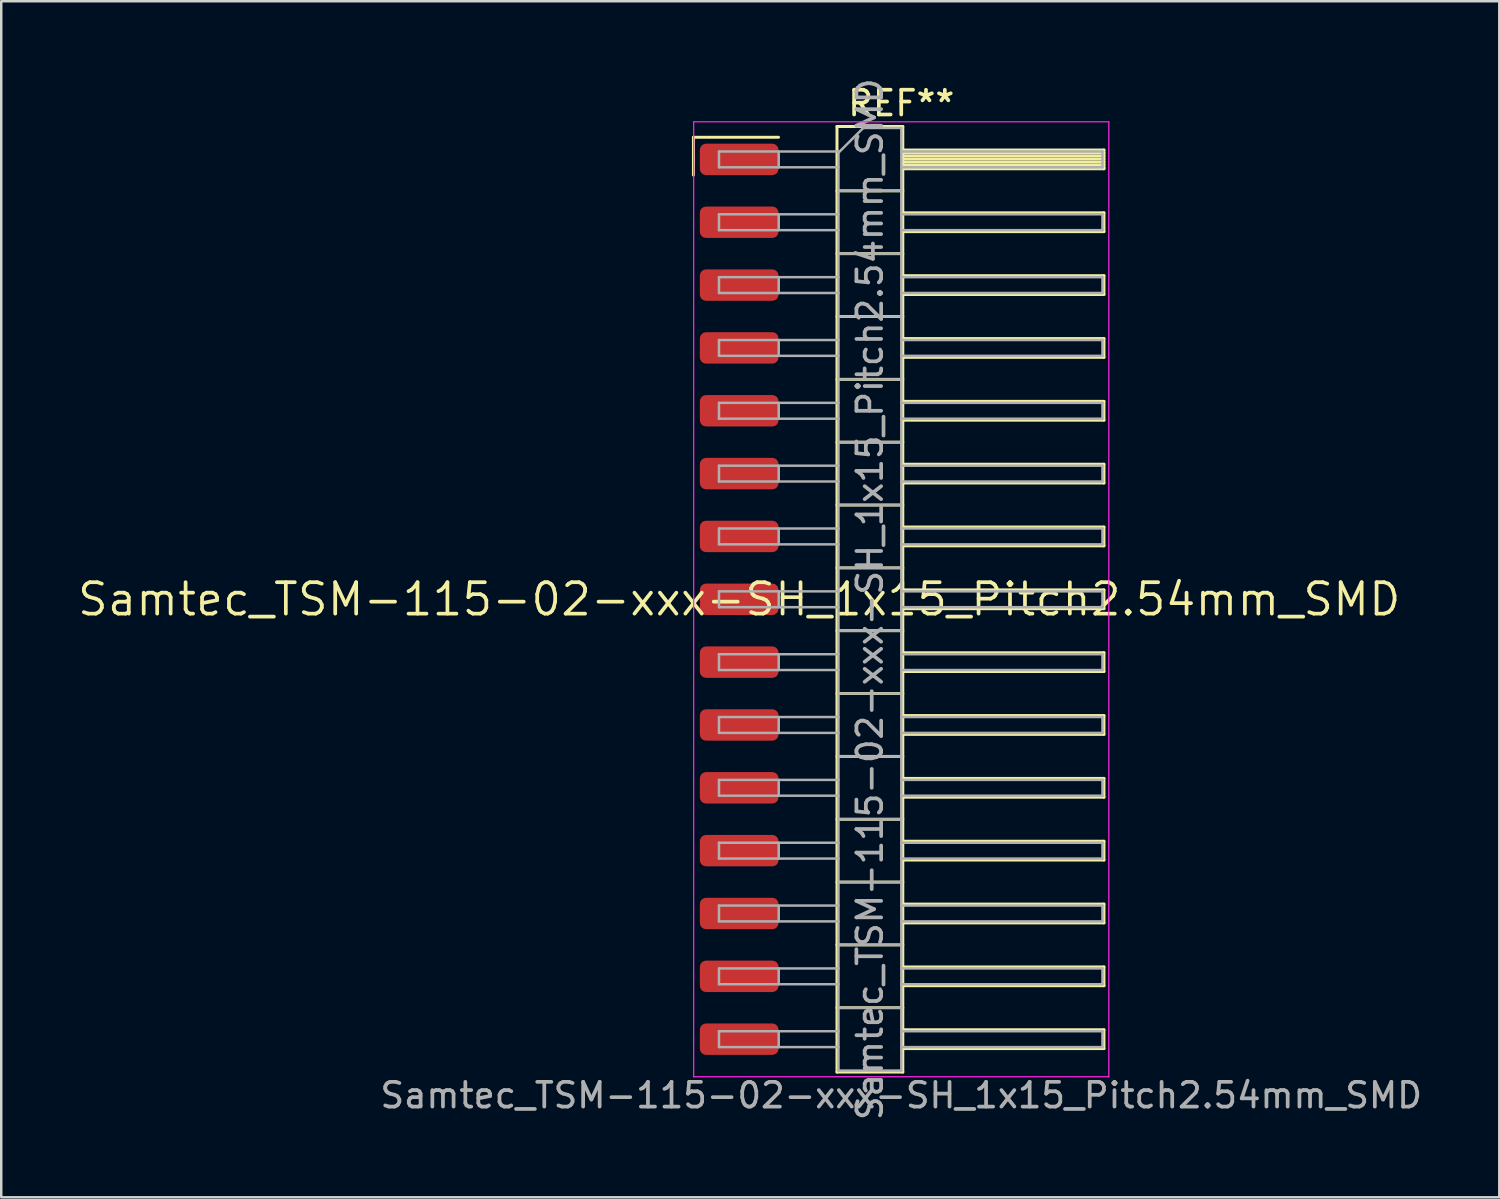
<source format=kicad_pcb>
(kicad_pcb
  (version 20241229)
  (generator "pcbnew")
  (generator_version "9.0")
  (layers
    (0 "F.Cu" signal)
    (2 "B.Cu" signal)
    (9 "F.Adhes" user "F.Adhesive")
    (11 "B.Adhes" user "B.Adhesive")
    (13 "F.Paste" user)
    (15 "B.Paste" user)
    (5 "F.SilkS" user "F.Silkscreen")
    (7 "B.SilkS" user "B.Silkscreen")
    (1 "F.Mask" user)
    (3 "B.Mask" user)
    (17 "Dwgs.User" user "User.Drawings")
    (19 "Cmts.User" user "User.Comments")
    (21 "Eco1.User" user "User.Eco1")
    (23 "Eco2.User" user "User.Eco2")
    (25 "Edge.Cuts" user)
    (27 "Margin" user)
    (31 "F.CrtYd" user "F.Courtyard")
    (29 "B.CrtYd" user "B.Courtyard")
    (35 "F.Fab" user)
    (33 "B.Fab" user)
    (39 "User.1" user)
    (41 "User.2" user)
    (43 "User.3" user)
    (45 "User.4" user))
  (footprint "Samtec_TSM-115-02-xxx-SH_1x15_Pitch2.54mm_SMD"
    (layer "F.Cu")
    (at 26.828 21.173)
    (property "Reference" "Samtec_TSM-115-02-xxx-SH_1x15_Pitch2.54mm_SMD" (at 0 0 0) (layer "F.SilkS") (effects (font (size 1.27 1.27) (thickness 0.15))))
    (attr smd)
    (fp_line (start -1.85 -18.675) (end 1.59 -18.675) (stroke (width 0.12) (type solid)) (layer "F.SilkS"))
    (fp_line (start -1.85 -17.145) (end -1.85 -18.675) (stroke (width 0.12) (type solid)) (layer "F.SilkS"))
    (fp_line (start 3.953 -19.11) (end 6.613 -19.11) (stroke (width 0.12) (type solid)) (layer "F.SilkS"))
    (fp_line (start 3.953 -16.51) (end 6.613 -16.51) (stroke (width 0.12) (type solid)) (layer "F.SilkS"))
    (fp_line (start 3.953 -13.97) (end 6.613 -13.97) (stroke (width 0.12) (type solid)) (layer "F.SilkS"))
    (fp_line (start 3.953 -11.43) (end 6.613 -11.43) (stroke (width 0.12) (type solid)) (layer "F.SilkS"))
    (fp_line (start 3.953 -8.89) (end 6.613 -8.89) (stroke (width 0.12) (type solid)) (layer "F.SilkS"))
    (fp_line (start 3.953 -6.35) (end 6.613 -6.35) (stroke (width 0.12) (type solid)) (layer "F.SilkS"))
    (fp_line (start 3.953 -3.81) (end 6.613 -3.81) (stroke (width 0.12) (type solid)) (layer "F.SilkS"))
    (fp_line (start 3.953 -1.27) (end 6.613 -1.27) (stroke (width 0.12) (type solid)) (layer "F.SilkS"))
    (fp_line (start 3.953 1.27) (end 6.613 1.27) (stroke (width 0.12) (type solid)) (layer "F.SilkS"))
    (fp_line (start 3.953 3.81) (end 6.613 3.81) (stroke (width 0.12) (type solid)) (layer "F.SilkS"))
    (fp_line (start 3.953 6.35) (end 6.613 6.35) (stroke (width 0.12) (type solid)) (layer "F.SilkS"))
    (fp_line (start 3.953 8.89) (end 6.613 8.89) (stroke (width 0.12) (type solid)) (layer "F.SilkS"))
    (fp_line (start 3.953 11.43) (end 6.613 11.43) (stroke (width 0.12) (type solid)) (layer "F.SilkS"))
    (fp_line (start 3.953 13.97) (end 6.613 13.97) (stroke (width 0.12) (type solid)) (layer "F.SilkS"))
    (fp_line (start 3.953 16.51) (end 6.613 16.51) (stroke (width 0.12) (type solid)) (layer "F.SilkS"))
    (fp_line (start 3.953 19.11) (end 3.953 -19.11) (stroke (width 0.12) (type solid)) (layer "F.SilkS"))
    (fp_line (start 6.613 -19.11) (end 6.613 19.11) (stroke (width 0.12) (type solid)) (layer "F.SilkS"))
    (fp_line (start 6.613 -18.16) (end 14.743 -18.16) (stroke (width 0.12) (type solid)) (layer "F.SilkS"))
    (fp_line (start 6.613 -18.04) (end 14.743 -18.04) (stroke (width 0.12) (type solid)) (layer "F.SilkS"))
    (fp_line (start 6.613 -17.92) (end 14.743 -17.92) (stroke (width 0.12) (type solid)) (layer "F.SilkS"))
    (fp_line (start 6.613 -17.8) (end 14.743 -17.8) (stroke (width 0.12) (type solid)) (layer "F.SilkS"))
    (fp_line (start 6.613 -17.68) (end 14.743 -17.68) (stroke (width 0.12) (type solid)) (layer "F.SilkS"))
    (fp_line (start 6.613 -17.56) (end 14.743 -17.56) (stroke (width 0.12) (type solid)) (layer "F.SilkS"))
    (fp_line (start 6.613 -17.44) (end 14.743 -17.44) (stroke (width 0.12) (type solid)) (layer "F.SilkS"))
    (fp_line (start 6.613 -17.4) (end 14.743 -17.4) (stroke (width 0.12) (type solid)) (layer "F.SilkS"))
    (fp_line (start 6.613 -15.62) (end 14.743 -15.62) (stroke (width 0.12) (type solid)) (layer "F.SilkS"))
    (fp_line (start 6.613 -14.86) (end 14.743 -14.86) (stroke (width 0.12) (type solid)) (layer "F.SilkS"))
    (fp_line (start 6.613 -13.08) (end 14.743 -13.08) (stroke (width 0.12) (type solid)) (layer "F.SilkS"))
    (fp_line (start 6.613 -12.32) (end 14.743 -12.32) (stroke (width 0.12) (type solid)) (layer "F.SilkS"))
    (fp_line (start 6.613 -10.54) (end 14.743 -10.54) (stroke (width 0.12) (type solid)) (layer "F.SilkS"))
    (fp_line (start 6.613 -9.78) (end 14.743 -9.78) (stroke (width 0.12) (type solid)) (layer "F.SilkS"))
    (fp_line (start 6.613 -8) (end 14.743 -8) (stroke (width 0.12) (type solid)) (layer "F.SilkS"))
    (fp_line (start 6.613 -7.24) (end 14.743 -7.24) (stroke (width 0.12) (type solid)) (layer "F.SilkS"))
    (fp_line (start 6.613 -5.46) (end 14.743 -5.46) (stroke (width 0.12) (type solid)) (layer "F.SilkS"))
    (fp_line (start 6.613 -4.7) (end 14.743 -4.7) (stroke (width 0.12) (type solid)) (layer "F.SilkS"))
    (fp_line (start 6.613 -2.92) (end 14.743 -2.92) (stroke (width 0.12) (type solid)) (layer "F.SilkS"))
    (fp_line (start 6.613 -2.16) (end 14.743 -2.16) (stroke (width 0.12) (type solid)) (layer "F.SilkS"))
    (fp_line (start 6.613 -0.38) (end 14.743 -0.38) (stroke (width 0.12) (type solid)) (layer "F.SilkS"))
    (fp_line (start 6.613 0.38) (end 14.743 0.38) (stroke (width 0.12) (type solid)) (layer "F.SilkS"))
    (fp_line (start 6.613 2.16) (end 14.743 2.16) (stroke (width 0.12) (type solid)) (layer "F.SilkS"))
    (fp_line (start 6.613 2.92) (end 14.743 2.92) (stroke (width 0.12) (type solid)) (layer "F.SilkS"))
    (fp_line (start 6.613 4.7) (end 14.743 4.7) (stroke (width 0.12) (type solid)) (layer "F.SilkS"))
    (fp_line (start 6.613 5.46) (end 14.743 5.46) (stroke (width 0.12) (type solid)) (layer "F.SilkS"))
    (fp_line (start 6.613 7.24) (end 14.743 7.24) (stroke (width 0.12) (type solid)) (layer "F.SilkS"))
    (fp_line (start 6.613 8) (end 14.743 8) (stroke (width 0.12) (type solid)) (layer "F.SilkS"))
    (fp_line (start 6.613 9.78) (end 14.743 9.78) (stroke (width 0.12) (type solid)) (layer "F.SilkS"))
    (fp_line (start 6.613 10.54) (end 14.743 10.54) (stroke (width 0.12) (type solid)) (layer "F.SilkS"))
    (fp_line (start 6.613 12.32) (end 14.743 12.32) (stroke (width 0.12) (type solid)) (layer "F.SilkS"))
    (fp_line (start 6.613 13.08) (end 14.743 13.08) (stroke (width 0.12) (type solid)) (layer "F.SilkS"))
    (fp_line (start 6.613 14.86) (end 14.743 14.86) (stroke (width 0.12) (type solid)) (layer "F.SilkS"))
    (fp_line (start 6.613 15.62) (end 14.743 15.62) (stroke (width 0.12) (type solid)) (layer "F.SilkS"))
    (fp_line (start 6.613 17.4) (end 14.743 17.4) (stroke (width 0.12) (type solid)) (layer "F.SilkS"))
    (fp_line (start 6.613 18.16) (end 14.743 18.16) (stroke (width 0.12) (type solid)) (layer "F.SilkS"))
    (fp_line (start 6.613 19.11) (end 3.953 19.11) (stroke (width 0.12) (type solid)) (layer "F.SilkS"))
    (fp_line (start 14.743 -18.16) (end 14.743 -17.4) (stroke (width 0.12) (type solid)) (layer "F.SilkS"))
    (fp_line (start 14.743 -15.62) (end 14.743 -14.86) (stroke (width 0.12) (type solid)) (layer "F.SilkS"))
    (fp_line (start 14.743 -13.08) (end 14.743 -12.32) (stroke (width 0.12) (type solid)) (layer "F.SilkS"))
    (fp_line (start 14.743 -10.54) (end 14.743 -9.78) (stroke (width 0.12) (type solid)) (layer "F.SilkS"))
    (fp_line (start 14.743 -8) (end 14.743 -7.24) (stroke (width 0.12) (type solid)) (layer "F.SilkS"))
    (fp_line (start 14.743 -5.46) (end 14.743 -4.7) (stroke (width 0.12) (type solid)) (layer "F.SilkS"))
    (fp_line (start 14.743 -2.92) (end 14.743 -2.16) (stroke (width 0.12) (type solid)) (layer "F.SilkS"))
    (fp_line (start 14.743 -0.38) (end 14.743 0.38) (stroke (width 0.12) (type solid)) (layer "F.SilkS"))
    (fp_line (start 14.743 2.16) (end 14.743 2.92) (stroke (width 0.12) (type solid)) (layer "F.SilkS"))
    (fp_line (start 14.743 4.7) (end 14.743 5.46) (stroke (width 0.12) (type solid)) (layer "F.SilkS"))
    (fp_line (start 14.743 7.24) (end 14.743 8) (stroke (width 0.12) (type solid)) (layer "F.SilkS"))
    (fp_line (start 14.743 9.78) (end 14.743 10.54) (stroke (width 0.12) (type solid)) (layer "F.SilkS"))
    (fp_line (start 14.743 12.32) (end 14.743 13.08) (stroke (width 0.12) (type solid)) (layer "F.SilkS"))
    (fp_line (start 14.743 14.86) (end 14.743 15.62) (stroke (width 0.12) (type solid)) (layer "F.SilkS"))
    (fp_line (start 14.743 17.4) (end 14.743 18.16) (stroke (width 0.12) (type solid)) (layer "F.SilkS"))
    (fp_line (start -1.84 -19.3) (end 14.94 -19.3) (stroke (width 0.05) (type solid)) (layer "F.CrtYd"))
    (fp_line (start -1.84 19.3) (end -1.84 -19.3) (stroke (width 0.05) (type solid)) (layer "F.CrtYd"))
    (fp_line (start 14.94 -19.3) (end 14.94 19.3) (stroke (width 0.05) (type solid)) (layer "F.CrtYd"))
    (fp_line (start 14.94 19.3) (end -1.84 19.3) (stroke (width 0.05) (type solid)) (layer "F.CrtYd"))
    (fp_line (start -0.817 -18.1) (end -0.817 -17.46) (stroke (width 0.1) (type solid)) (layer "F.Fab"))
    (fp_line (start -0.817 -18.1) (end 4.013 -18.1) (stroke (width 0.1) (type solid)) (layer "F.Fab"))
    (fp_line (start -0.817 -17.46) (end 4.013 -17.46) (stroke (width 0.1) (type solid)) (layer "F.Fab"))
    (fp_line (start -0.817 -15.56) (end -0.817 -14.92) (stroke (width 0.1) (type solid)) (layer "F.Fab"))
    (fp_line (start -0.817 -15.56) (end 4.013 -15.56) (stroke (width 0.1) (type solid)) (layer "F.Fab"))
    (fp_line (start -0.817 -14.92) (end 4.013 -14.92) (stroke (width 0.1) (type solid)) (layer "F.Fab"))
    (fp_line (start -0.817 -13.02) (end -0.817 -12.38) (stroke (width 0.1) (type solid)) (layer "F.Fab"))
    (fp_line (start -0.817 -13.02) (end 4.013 -13.02) (stroke (width 0.1) (type solid)) (layer "F.Fab"))
    (fp_line (start -0.817 -12.38) (end 4.013 -12.38) (stroke (width 0.1) (type solid)) (layer "F.Fab"))
    (fp_line (start -0.817 -10.48) (end -0.817 -9.84) (stroke (width 0.1) (type solid)) (layer "F.Fab"))
    (fp_line (start -0.817 -10.48) (end 4.013 -10.48) (stroke (width 0.1) (type solid)) (layer "F.Fab"))
    (fp_line (start -0.817 -9.84) (end 4.013 -9.84) (stroke (width 0.1) (type solid)) (layer "F.Fab"))
    (fp_line (start -0.817 -7.94) (end -0.817 -7.3) (stroke (width 0.1) (type solid)) (layer "F.Fab"))
    (fp_line (start -0.817 -7.94) (end 4.013 -7.94) (stroke (width 0.1) (type solid)) (layer "F.Fab"))
    (fp_line (start -0.817 -7.3) (end 4.013 -7.3) (stroke (width 0.1) (type solid)) (layer "F.Fab"))
    (fp_line (start -0.817 -5.4) (end -0.817 -4.76) (stroke (width 0.1) (type solid)) (layer "F.Fab"))
    (fp_line (start -0.817 -5.4) (end 4.013 -5.4) (stroke (width 0.1) (type solid)) (layer "F.Fab"))
    (fp_line (start -0.817 -4.76) (end 4.013 -4.76) (stroke (width 0.1) (type solid)) (layer "F.Fab"))
    (fp_line (start -0.817 -2.86) (end -0.817 -2.22) (stroke (width 0.1) (type solid)) (layer "F.Fab"))
    (fp_line (start -0.817 -2.86) (end 4.013 -2.86) (stroke (width 0.1) (type solid)) (layer "F.Fab"))
    (fp_line (start -0.817 -2.22) (end 4.013 -2.22) (stroke (width 0.1) (type solid)) (layer "F.Fab"))
    (fp_line (start -0.817 -0.32) (end -0.817 0.32) (stroke (width 0.1) (type solid)) (layer "F.Fab"))
    (fp_line (start -0.817 -0.32) (end 4.013 -0.32) (stroke (width 0.1) (type solid)) (layer "F.Fab"))
    (fp_line (start -0.817 0.32) (end 4.013 0.32) (stroke (width 0.1) (type solid)) (layer "F.Fab"))
    (fp_line (start -0.817 2.22) (end -0.817 2.86) (stroke (width 0.1) (type solid)) (layer "F.Fab"))
    (fp_line (start -0.817 2.22) (end 4.013 2.22) (stroke (width 0.1) (type solid)) (layer "F.Fab"))
    (fp_line (start -0.817 2.86) (end 4.013 2.86) (stroke (width 0.1) (type solid)) (layer "F.Fab"))
    (fp_line (start -0.817 4.76) (end -0.817 5.4) (stroke (width 0.1) (type solid)) (layer "F.Fab"))
    (fp_line (start -0.817 4.76) (end 4.013 4.76) (stroke (width 0.1) (type solid)) (layer "F.Fab"))
    (fp_line (start -0.817 5.4) (end 4.013 5.4) (stroke (width 0.1) (type solid)) (layer "F.Fab"))
    (fp_line (start -0.817 7.3) (end -0.817 7.94) (stroke (width 0.1) (type solid)) (layer "F.Fab"))
    (fp_line (start -0.817 7.3) (end 4.013 7.3) (stroke (width 0.1) (type solid)) (layer "F.Fab"))
    (fp_line (start -0.817 7.94) (end 4.013 7.94) (stroke (width 0.1) (type solid)) (layer "F.Fab"))
    (fp_line (start -0.817 9.84) (end -0.817 10.48) (stroke (width 0.1) (type solid)) (layer "F.Fab"))
    (fp_line (start -0.817 9.84) (end 4.013 9.84) (stroke (width 0.1) (type solid)) (layer "F.Fab"))
    (fp_line (start -0.817 10.48) (end 4.013 10.48) (stroke (width 0.1) (type solid)) (layer "F.Fab"))
    (fp_line (start -0.817 12.38) (end -0.817 13.02) (stroke (width 0.1) (type solid)) (layer "F.Fab"))
    (fp_line (start -0.817 12.38) (end 4.013 12.38) (stroke (width 0.1) (type solid)) (layer "F.Fab"))
    (fp_line (start -0.817 13.02) (end 4.013 13.02) (stroke (width 0.1) (type solid)) (layer "F.Fab"))
    (fp_line (start -0.817 14.92) (end -0.817 15.56) (stroke (width 0.1) (type solid)) (layer "F.Fab"))
    (fp_line (start -0.817 14.92) (end 4.013 14.92) (stroke (width 0.1) (type solid)) (layer "F.Fab"))
    (fp_line (start -0.817 15.56) (end 4.013 15.56) (stroke (width 0.1) (type solid)) (layer "F.Fab"))
    (fp_line (start -0.817 17.46) (end -0.817 18.1) (stroke (width 0.1) (type solid)) (layer "F.Fab"))
    (fp_line (start -0.817 17.46) (end 4.013 17.46) (stroke (width 0.1) (type solid)) (layer "F.Fab"))
    (fp_line (start -0.817 18.1) (end 4.013 18.1) (stroke (width 0.1) (type solid)) (layer "F.Fab"))
    (fp_line (start 1.598 -18.1) (end 1.598 -17.46) (stroke (width 0.1) (type solid)) (layer "F.Fab"))
    (fp_line (start 1.598 -15.56) (end 1.598 -14.92) (stroke (width 0.1) (type solid)) (layer "F.Fab"))
    (fp_line (start 1.598 -13.02) (end 1.598 -12.38) (stroke (width 0.1) (type solid)) (layer "F.Fab"))
    (fp_line (start 1.598 -10.48) (end 1.598 -9.84) (stroke (width 0.1) (type solid)) (layer "F.Fab"))
    (fp_line (start 1.598 -7.94) (end 1.598 -7.3) (stroke (width 0.1) (type solid)) (layer "F.Fab"))
    (fp_line (start 1.598 -5.4) (end 1.598 -4.76) (stroke (width 0.1) (type solid)) (layer "F.Fab"))
    (fp_line (start 1.598 -2.86) (end 1.598 -2.22) (stroke (width 0.1) (type solid)) (layer "F.Fab"))
    (fp_line (start 1.598 -0.32) (end 1.598 0.32) (stroke (width 0.1) (type solid)) (layer "F.Fab"))
    (fp_line (start 1.598 2.22) (end 1.598 2.86) (stroke (width 0.1) (type solid)) (layer "F.Fab"))
    (fp_line (start 1.598 4.76) (end 1.598 5.4) (stroke (width 0.1) (type solid)) (layer "F.Fab"))
    (fp_line (start 1.598 7.3) (end 1.598 7.94) (stroke (width 0.1) (type solid)) (layer "F.Fab"))
    (fp_line (start 1.598 9.84) (end 1.598 10.48) (stroke (width 0.1) (type solid)) (layer "F.Fab"))
    (fp_line (start 1.598 12.38) (end 1.598 13.02) (stroke (width 0.1) (type solid)) (layer "F.Fab"))
    (fp_line (start 1.598 14.92) (end 1.598 15.56) (stroke (width 0.1) (type solid)) (layer "F.Fab"))
    (fp_line (start 1.598 17.46) (end 1.598 18.1) (stroke (width 0.1) (type solid)) (layer "F.Fab"))
    (fp_line (start 4.013 -18.05) (end 5.013 -19.05) (stroke (width 0.1) (type solid)) (layer "F.Fab"))
    (fp_line (start 4.013 -16.51) (end 6.553 -16.51) (stroke (width 0.1) (type solid)) (layer "F.Fab"))
    (fp_line (start 4.013 -13.97) (end 6.553 -13.97) (stroke (width 0.1) (type solid)) (layer "F.Fab"))
    (fp_line (start 4.013 -11.43) (end 6.553 -11.43) (stroke (width 0.1) (type solid)) (layer "F.Fab"))
    (fp_line (start 4.013 -8.89) (end 6.553 -8.89) (stroke (width 0.1) (type solid)) (layer "F.Fab"))
    (fp_line (start 4.013 -6.35) (end 6.553 -6.35) (stroke (width 0.1) (type solid)) (layer "F.Fab"))
    (fp_line (start 4.013 -3.81) (end 6.553 -3.81) (stroke (width 0.1) (type solid)) (layer "F.Fab"))
    (fp_line (start 4.013 -1.27) (end 6.553 -1.27) (stroke (width 0.1) (type solid)) (layer "F.Fab"))
    (fp_line (start 4.013 1.27) (end 6.553 1.27) (stroke (width 0.1) (type solid)) (layer "F.Fab"))
    (fp_line (start 4.013 3.81) (end 6.553 3.81) (stroke (width 0.1) (type solid)) (layer "F.Fab"))
    (fp_line (start 4.013 6.35) (end 6.553 6.35) (stroke (width 0.1) (type solid)) (layer "F.Fab"))
    (fp_line (start 4.013 8.89) (end 6.553 8.89) (stroke (width 0.1) (type solid)) (layer "F.Fab"))
    (fp_line (start 4.013 11.43) (end 6.553 11.43) (stroke (width 0.1) (type solid)) (layer "F.Fab"))
    (fp_line (start 4.013 13.97) (end 6.553 13.97) (stroke (width 0.1) (type solid)) (layer "F.Fab"))
    (fp_line (start 4.013 16.51) (end 6.553 16.51) (stroke (width 0.1) (type solid)) (layer "F.Fab"))
    (fp_line (start 4.013 19.05) (end 4.013 -18.05) (stroke (width 0.1) (type solid)) (layer "F.Fab"))
    (fp_line (start 5.013 -19.05) (end 6.553 -19.05) (stroke (width 0.1) (type solid)) (layer "F.Fab"))
    (fp_line (start 6.553 -19.05) (end 6.553 19.05) (stroke (width 0.1) (type solid)) (layer "F.Fab"))
    (fp_line (start 6.553 -18.1) (end 14.683 -18.1) (stroke (width 0.1) (type solid)) (layer "F.Fab"))
    (fp_line (start 6.553 -17.46) (end 14.683 -17.46) (stroke (width 0.1) (type solid)) (layer "F.Fab"))
    (fp_line (start 6.553 -15.56) (end 14.683 -15.56) (stroke (width 0.1) (type solid)) (layer "F.Fab"))
    (fp_line (start 6.553 -14.92) (end 14.683 -14.92) (stroke (width 0.1) (type solid)) (layer "F.Fab"))
    (fp_line (start 6.553 -13.02) (end 14.683 -13.02) (stroke (width 0.1) (type solid)) (layer "F.Fab"))
    (fp_line (start 6.553 -12.38) (end 14.683 -12.38) (stroke (width 0.1) (type solid)) (layer "F.Fab"))
    (fp_line (start 6.553 -10.48) (end 14.683 -10.48) (stroke (width 0.1) (type solid)) (layer "F.Fab"))
    (fp_line (start 6.553 -9.84) (end 14.683 -9.84) (stroke (width 0.1) (type solid)) (layer "F.Fab"))
    (fp_line (start 6.553 -7.94) (end 14.683 -7.94) (stroke (width 0.1) (type solid)) (layer "F.Fab"))
    (fp_line (start 6.553 -7.3) (end 14.683 -7.3) (stroke (width 0.1) (type solid)) (layer "F.Fab"))
    (fp_line (start 6.553 -5.4) (end 14.683 -5.4) (stroke (width 0.1) (type solid)) (layer "F.Fab"))
    (fp_line (start 6.553 -4.76) (end 14.683 -4.76) (stroke (width 0.1) (type solid)) (layer "F.Fab"))
    (fp_line (start 6.553 -2.86) (end 14.683 -2.86) (stroke (width 0.1) (type solid)) (layer "F.Fab"))
    (fp_line (start 6.553 -2.22) (end 14.683 -2.22) (stroke (width 0.1) (type solid)) (layer "F.Fab"))
    (fp_line (start 6.553 -0.32) (end 14.683 -0.32) (stroke (width 0.1) (type solid)) (layer "F.Fab"))
    (fp_line (start 6.553 0.32) (end 14.683 0.32) (stroke (width 0.1) (type solid)) (layer "F.Fab"))
    (fp_line (start 6.553 2.22) (end 14.683 2.22) (stroke (width 0.1) (type solid)) (layer "F.Fab"))
    (fp_line (start 6.553 2.86) (end 14.683 2.86) (stroke (width 0.1) (type solid)) (layer "F.Fab"))
    (fp_line (start 6.553 4.76) (end 14.683 4.76) (stroke (width 0.1) (type solid)) (layer "F.Fab"))
    (fp_line (start 6.553 5.4) (end 14.683 5.4) (stroke (width 0.1) (type solid)) (layer "F.Fab"))
    (fp_line (start 6.553 7.3) (end 14.683 7.3) (stroke (width 0.1) (type solid)) (layer "F.Fab"))
    (fp_line (start 6.553 7.94) (end 14.683 7.94) (stroke (width 0.1) (type solid)) (layer "F.Fab"))
    (fp_line (start 6.553 9.84) (end 14.683 9.84) (stroke (width 0.1) (type solid)) (layer "F.Fab"))
    (fp_line (start 6.553 10.48) (end 14.683 10.48) (stroke (width 0.1) (type solid)) (layer "F.Fab"))
    (fp_line (start 6.553 12.38) (end 14.683 12.38) (stroke (width 0.1) (type solid)) (layer "F.Fab"))
    (fp_line (start 6.553 13.02) (end 14.683 13.02) (stroke (width 0.1) (type solid)) (layer "F.Fab"))
    (fp_line (start 6.553 14.92) (end 14.683 14.92) (stroke (width 0.1) (type solid)) (layer "F.Fab"))
    (fp_line (start 6.553 15.56) (end 14.683 15.56) (stroke (width 0.1) (type solid)) (layer "F.Fab"))
    (fp_line (start 6.553 17.46) (end 14.683 17.46) (stroke (width 0.1) (type solid)) (layer "F.Fab"))
    (fp_line (start 6.553 18.1) (end 14.683 18.1) (stroke (width 0.1) (type solid)) (layer "F.Fab"))
    (fp_line (start 6.553 19.05) (end 4.013 19.05) (stroke (width 0.1) (type solid)) (layer "F.Fab"))
    (fp_line (start 14.683 -18.1) (end 14.683 -17.46) (stroke (width 0.1) (type solid)) (layer "F.Fab"))
    (fp_line (start 14.683 -15.56) (end 14.683 -14.92) (stroke (width 0.1) (type solid)) (layer "F.Fab"))
    (fp_line (start 14.683 -13.02) (end 14.683 -12.38) (stroke (width 0.1) (type solid)) (layer "F.Fab"))
    (fp_line (start 14.683 -10.48) (end 14.683 -9.84) (stroke (width 0.1) (type solid)) (layer "F.Fab"))
    (fp_line (start 14.683 -7.94) (end 14.683 -7.3) (stroke (width 0.1) (type solid)) (layer "F.Fab"))
    (fp_line (start 14.683 -5.4) (end 14.683 -4.76) (stroke (width 0.1) (type solid)) (layer "F.Fab"))
    (fp_line (start 14.683 -2.86) (end 14.683 -2.22) (stroke (width 0.1) (type solid)) (layer "F.Fab"))
    (fp_line (start 14.683 -0.32) (end 14.683 0.32) (stroke (width 0.1) (type solid)) (layer "F.Fab"))
    (fp_line (start 14.683 2.22) (end 14.683 2.86) (stroke (width 0.1) (type solid)) (layer "F.Fab"))
    (fp_line (start 14.683 4.76) (end 14.683 5.4) (stroke (width 0.1) (type solid)) (layer "F.Fab"))
    (fp_line (start 14.683 7.3) (end 14.683 7.94) (stroke (width 0.1) (type solid)) (layer "F.Fab"))
    (fp_line (start 14.683 9.84) (end 14.683 10.48) (stroke (width 0.1) (type solid)) (layer "F.Fab"))
    (fp_line (start 14.683 12.38) (end 14.683 13.02) (stroke (width 0.1) (type solid)) (layer "F.Fab"))
    (fp_line (start 14.683 14.92) (end 14.683 15.56) (stroke (width 0.1) (type solid)) (layer "F.Fab"))
    (fp_line (start 14.683 17.46) (end 14.683 18.1) (stroke (width 0.1) (type solid)) (layer "F.Fab"))
    (fp_text user "REF**" (at 6.55 -20.05 0) (layer "F.SilkS") (effects (font (size 1 1) (thickness 0.15))))
    (fp_text user "Samtec_TSM-115-02-xxx-SH_1x15_Pitch2.54mm_SMD" (at 6.55 20.05 0) (layer "F.Fab") (effects (font (size 1 1) (thickness 0.15))))
    (fp_text user "${REFERENCE}" (at 5.283 0 90) (layer "F.Fab") (effects (font (size 1 1) (thickness 0.15))))
    (pad "1" smd roundrect (at 0 -17.78) (size 3.18 1.27) (layers "F.Cu" "F.Mask" "F.Paste") (roundrect_rratio 0.197))
    (pad "2" smd roundrect (at 0 -15.24) (size 3.18 1.27) (layers "F.Cu" "F.Mask" "F.Paste") (roundrect_rratio 0.197))
    (pad "3" smd roundrect (at 0 -12.7) (size 3.18 1.27) (layers "F.Cu" "F.Mask" "F.Paste") (roundrect_rratio 0.197))
    (pad "4" smd roundrect (at 0 -10.16) (size 3.18 1.27) (layers "F.Cu" "F.Mask" "F.Paste") (roundrect_rratio 0.197))
    (pad "5" smd roundrect (at 0 -7.62) (size 3.18 1.27) (layers "F.Cu" "F.Mask" "F.Paste") (roundrect_rratio 0.197))
    (pad "6" smd roundrect (at 0 -5.08) (size 3.18 1.27) (layers "F.Cu" "F.Mask" "F.Paste") (roundrect_rratio 0.197))
    (pad "7" smd roundrect (at 0 -2.54) (size 3.18 1.27) (layers "F.Cu" "F.Mask" "F.Paste") (roundrect_rratio 0.197))
    (pad "8" smd roundrect (at 0 0) (size 3.18 1.27) (layers "F.Cu" "F.Mask" "F.Paste") (roundrect_rratio 0.197))
    (pad "9" smd roundrect (at 0 2.54) (size 3.18 1.27) (layers "F.Cu" "F.Mask" "F.Paste") (roundrect_rratio 0.197))
    (pad "10" smd roundrect (at 0 5.08) (size 3.18 1.27) (layers "F.Cu" "F.Mask" "F.Paste") (roundrect_rratio 0.197))
    (pad "11" smd roundrect (at 0 7.62) (size 3.18 1.27) (layers "F.Cu" "F.Mask" "F.Paste") (roundrect_rratio 0.197))
    (pad "12" smd roundrect (at 0 10.16) (size 3.18 1.27) (layers "F.Cu" "F.Mask" "F.Paste") (roundrect_rratio 0.197))
    (pad "13" smd roundrect (at 0 12.7) (size 3.18 1.27) (layers "F.Cu" "F.Mask" "F.Paste") (roundrect_rratio 0.197))
    (pad "14" smd roundrect (at 0 15.24) (size 3.18 1.27) (layers "F.Cu" "F.Mask" "F.Paste") (roundrect_rratio 0.197))
    (pad "15" smd roundrect (at 0 17.78) (size 3.18 1.27) (layers "F.Cu" "F.Mask" "F.Paste") (roundrect_rratio 0.197)))
  (gr_rect
    (start -3 -3)
    (end 57.551 45.345)
    (stroke (width 0.1) (type default))
    (fill no)
    (layer "Edge.Cuts")))
</source>
